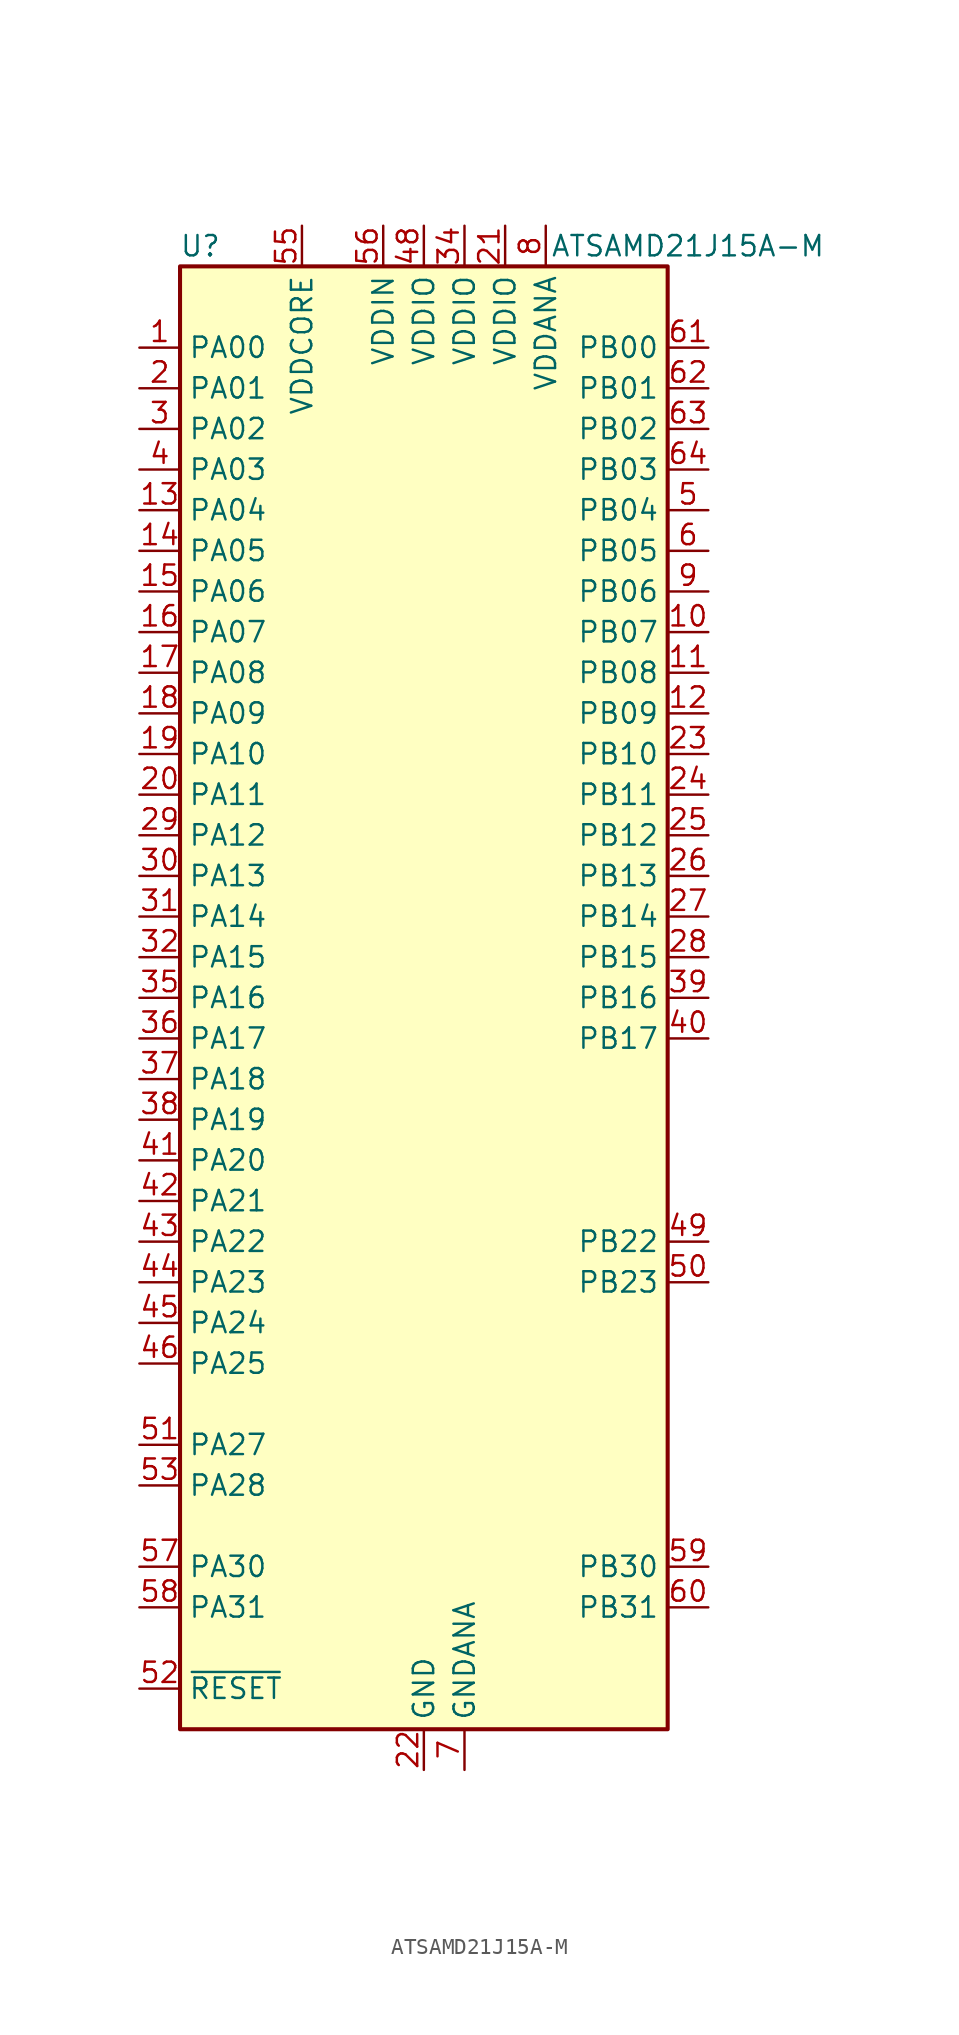
<source format=kicad_sym>
(kicad_symbol_lib
  (version 20201005)
  (generator kicad_symbol_editor)
  (symbol "ATSAMD21J15A-M"
    (property "Reference" "U"
      (at -13.97 46.99 0)
      (effects (font (size 1.27 1.27))))
    (property "Value" "ATSAMD21J15A-M"
      (at 16.51 46.99 0)
      (effects (font (size 1.27 1.27))))
    (symbol "ATSAMD21J15A-M_0_1"
      (rectangle (start -15.24 45.72) (end 15.24 -45.72) (stroke (width 0.254)) (fill (type background))))
    (symbol "ATSAMD21J15A-M_1_1"
      (pin bidirectional line (at -17.78 40.64 0) (length 2.54) (name "PA00" (effects (font (size 1.27 1.27)))) (number "1" (effects (font (size 1.27 1.27)))))
      (pin bidirectional line (at 17.78 22.86 180) (length 2.54) (name "PB07" (effects (font (size 1.27 1.27)))) (number "10" (effects (font (size 1.27 1.27)))))
      (pin bidirectional line (at 17.78 20.32 180) (length 2.54) (name "PB08" (effects (font (size 1.27 1.27)))) (number "11" (effects (font (size 1.27 1.27)))))
      (pin bidirectional line (at 17.78 17.78 180) (length 2.54) (name "PB09" (effects (font (size 1.27 1.27)))) (number "12" (effects (font (size 1.27 1.27)))))
      (pin bidirectional line (at -17.78 30.48 0) (length 2.54) (name "PA04" (effects (font (size 1.27 1.27)))) (number "13" (effects (font (size 1.27 1.27)))))
      (pin bidirectional line (at -17.78 27.94 0) (length 2.54) (name "PA05" (effects (font (size 1.27 1.27)))) (number "14" (effects (font (size 1.27 1.27)))))
      (pin bidirectional line (at -17.78 25.4 0) (length 2.54) (name "PA06" (effects (font (size 1.27 1.27)))) (number "15" (effects (font (size 1.27 1.27)))))
      (pin bidirectional line (at -17.78 22.86 0) (length 2.54) (name "PA07" (effects (font (size 1.27 1.27)))) (number "16" (effects (font (size 1.27 1.27)))))
      (pin bidirectional line (at -17.78 20.32 0) (length 2.54) (name "PA08" (effects (font (size 1.27 1.27)))) (number "17" (effects (font (size 1.27 1.27)))))
      (pin bidirectional line (at -17.78 17.78 0) (length 2.54) (name "PA09" (effects (font (size 1.27 1.27)))) (number "18" (effects (font (size 1.27 1.27)))))
      (pin bidirectional line (at -17.78 15.24 0) (length 2.54) (name "PA10" (effects (font (size 1.27 1.27)))) (number "19" (effects (font (size 1.27 1.27)))))
      (pin bidirectional line (at -17.78 38.1 0) (length 2.54) (name "PA01" (effects (font (size 1.27 1.27)))) (number "2" (effects (font (size 1.27 1.27)))))
      (pin bidirectional line (at -17.78 12.7 0) (length 2.54) (name "PA11" (effects (font (size 1.27 1.27)))) (number "20" (effects (font (size 1.27 1.27)))))
      (pin power_in line (at 5.08 48.26 270) (length 2.54) (name "VDDIO" (effects (font (size 1.27 1.27)))) (number "21" (effects (font (size 1.27 1.27)))))
      (pin power_in line (at 0 -48.26 90) (length 2.54) (name "GND" (effects (font (size 1.27 1.27)))) (number "22" (effects (font (size 1.27 1.27)))))
      (pin bidirectional line (at 17.78 15.24 180) (length 2.54) (name "PB10" (effects (font (size 1.27 1.27)))) (number "23" (effects (font (size 1.27 1.27)))))
      (pin bidirectional line (at 17.78 12.7 180) (length 2.54) (name "PB11" (effects (font (size 1.27 1.27)))) (number "24" (effects (font (size 1.27 1.27)))))
      (pin bidirectional line (at 17.78 10.16 180) (length 2.54) (name "PB12" (effects (font (size 1.27 1.27)))) (number "25" (effects (font (size 1.27 1.27)))))
      (pin bidirectional line (at 17.78 7.62 180) (length 2.54) (name "PB13" (effects (font (size 1.27 1.27)))) (number "26" (effects (font (size 1.27 1.27)))))
      (pin bidirectional line (at 17.78 5.08 180) (length 2.54) (name "PB14" (effects (font (size 1.27 1.27)))) (number "27" (effects (font (size 1.27 1.27)))))
      (pin bidirectional line (at 17.78 2.54 180) (length 2.54) (name "PB15" (effects (font (size 1.27 1.27)))) (number "28" (effects (font (size 1.27 1.27)))))
      (pin bidirectional line (at -17.78 10.16 0) (length 2.54) (name "PA12" (effects (font (size 1.27 1.27)))) (number "29" (effects (font (size 1.27 1.27)))))
      (pin bidirectional line (at -17.78 35.56 0) (length 2.54) (name "PA02" (effects (font (size 1.27 1.27)))) (number "3" (effects (font (size 1.27 1.27)))))
      (pin bidirectional line (at -17.78 7.62 0) (length 2.54) (name "PA13" (effects (font (size 1.27 1.27)))) (number "30" (effects (font (size 1.27 1.27)))))
      (pin bidirectional line (at -17.78 5.08 0) (length 2.54) (name "PA14" (effects (font (size 1.27 1.27)))) (number "31" (effects (font (size 1.27 1.27)))))
      (pin bidirectional line (at -17.78 2.54 0) (length 2.54) (name "PA15" (effects (font (size 1.27 1.27)))) (number "32" (effects (font (size 1.27 1.27)))))
      (pin passive line (at 0 -48.26 90) (length 2.54) hide (name "GND" (effects (font (size 1.27 1.27)))) (number "33" (effects (font (size 1.27 1.27)))))
      (pin power_in line (at 2.54 48.26 270) (length 2.54) (name "VDDIO" (effects (font (size 1.27 1.27)))) (number "34" (effects (font (size 1.27 1.27)))))
      (pin bidirectional line (at -17.78 0 0) (length 2.54) (name "PA16" (effects (font (size 1.27 1.27)))) (number "35" (effects (font (size 1.27 1.27)))))
      (pin bidirectional line (at -17.78 -2.54 0) (length 2.54) (name "PA17" (effects (font (size 1.27 1.27)))) (number "36" (effects (font (size 1.27 1.27)))))
      (pin bidirectional line (at -17.78 -5.08 0) (length 2.54) (name "PA18" (effects (font (size 1.27 1.27)))) (number "37" (effects (font (size 1.27 1.27)))))
      (pin bidirectional line (at -17.78 -7.62 0) (length 2.54) (name "PA19" (effects (font (size 1.27 1.27)))) (number "38" (effects (font (size 1.27 1.27)))))
      (pin bidirectional line (at 17.78 0 180) (length 2.54) (name "PB16" (effects (font (size 1.27 1.27)))) (number "39" (effects (font (size 1.27 1.27)))))
      (pin bidirectional line (at -17.78 33.02 0) (length 2.54) (name "PA03" (effects (font (size 1.27 1.27)))) (number "4" (effects (font (size 1.27 1.27)))))
      (pin bidirectional line (at 17.78 -2.54 180) (length 2.54) (name "PB17" (effects (font (size 1.27 1.27)))) (number "40" (effects (font (size 1.27 1.27)))))
      (pin bidirectional line (at -17.78 -10.16 0) (length 2.54) (name "PA20" (effects (font (size 1.27 1.27)))) (number "41" (effects (font (size 1.27 1.27)))))
      (pin bidirectional line (at -17.78 -12.7 0) (length 2.54) (name "PA21" (effects (font (size 1.27 1.27)))) (number "42" (effects (font (size 1.27 1.27)))))
      (pin bidirectional line (at -17.78 -15.24 0) (length 2.54) (name "PA22" (effects (font (size 1.27 1.27)))) (number "43" (effects (font (size 1.27 1.27)))))
      (pin bidirectional line (at -17.78 -17.78 0) (length 2.54) (name "PA23" (effects (font (size 1.27 1.27)))) (number "44" (effects (font (size 1.27 1.27)))))
      (pin bidirectional line (at -17.78 -20.32 0) (length 2.54) (name "PA24" (effects (font (size 1.27 1.27)))) (number "45" (effects (font (size 1.27 1.27)))))
      (pin bidirectional line (at -17.78 -22.86 0) (length 2.54) (name "PA25" (effects (font (size 1.27 1.27)))) (number "46" (effects (font (size 1.27 1.27)))))
      (pin passive line (at 0 -48.26 90) (length 2.54) hide (name "GND" (effects (font (size 1.27 1.27)))) (number "47" (effects (font (size 1.27 1.27)))))
      (pin power_in line (at 0 48.26 270) (length 2.54) (name "VDDIO" (effects (font (size 1.27 1.27)))) (number "48" (effects (font (size 1.27 1.27)))))
      (pin bidirectional line (at 17.78 -15.24 180) (length 2.54) (name "PB22" (effects (font (size 1.27 1.27)))) (number "49" (effects (font (size 1.27 1.27)))))
      (pin bidirectional line (at 17.78 30.48 180) (length 2.54) (name "PB04" (effects (font (size 1.27 1.27)))) (number "5" (effects (font (size 1.27 1.27)))))
      (pin bidirectional line (at 17.78 -17.78 180) (length 2.54) (name "PB23" (effects (font (size 1.27 1.27)))) (number "50" (effects (font (size 1.27 1.27)))))
      (pin bidirectional line (at -17.78 -27.94 0) (length 2.54) (name "PA27" (effects (font (size 1.27 1.27)))) (number "51" (effects (font (size 1.27 1.27)))))
      (pin input line (at -17.78 -43.18 0) (length 2.54) (name "~RESET" (effects (font (size 1.27 1.27)))) (number "52" (effects (font (size 1.27 1.27)))))
      (pin bidirectional line (at -17.78 -30.48 0) (length 2.54) (name "PA28" (effects (font (size 1.27 1.27)))) (number "53" (effects (font (size 1.27 1.27)))))
      (pin passive line (at 0 -48.26 90) (length 2.54) hide (name "GND" (effects (font (size 1.27 1.27)))) (number "54" (effects (font (size 1.27 1.27)))))
      (pin power_out line (at -7.62 48.26 270) (length 2.54) (name "VDDCORE" (effects (font (size 1.27 1.27)))) (number "55" (effects (font (size 1.27 1.27)))))
      (pin power_in line (at -2.54 48.26 270) (length 2.54) (name "VDDIN" (effects (font (size 1.27 1.27)))) (number "56" (effects (font (size 1.27 1.27)))))
      (pin bidirectional line (at -17.78 -35.56 0) (length 2.54) (name "PA30" (effects (font (size 1.27 1.27)))) (number "57" (effects (font (size 1.27 1.27)))))
      (pin bidirectional line (at -17.78 -38.1 0) (length 2.54) (name "PA31" (effects (font (size 1.27 1.27)))) (number "58" (effects (font (size 1.27 1.27)))))
      (pin bidirectional line (at 17.78 -35.56 180) (length 2.54) (name "PB30" (effects (font (size 1.27 1.27)))) (number "59" (effects (font (size 1.27 1.27)))))
      (pin bidirectional line (at 17.78 27.94 180) (length 2.54) (name "PB05" (effects (font (size 1.27 1.27)))) (number "6" (effects (font (size 1.27 1.27)))))
      (pin bidirectional line (at 17.78 -38.1 180) (length 2.54) (name "PB31" (effects (font (size 1.27 1.27)))) (number "60" (effects (font (size 1.27 1.27)))))
      (pin bidirectional line (at 17.78 40.64 180) (length 2.54) (name "PB00" (effects (font (size 1.27 1.27)))) (number "61" (effects (font (size 1.27 1.27)))))
      (pin bidirectional line (at 17.78 38.1 180) (length 2.54) (name "PB01" (effects (font (size 1.27 1.27)))) (number "62" (effects (font (size 1.27 1.27)))))
      (pin bidirectional line (at 17.78 35.56 180) (length 2.54) (name "PB02" (effects (font (size 1.27 1.27)))) (number "63" (effects (font (size 1.27 1.27)))))
      (pin bidirectional line (at 17.78 33.02 180) (length 2.54) (name "PB03" (effects (font (size 1.27 1.27)))) (number "64" (effects (font (size 1.27 1.27)))))
      (pin no_connect line (at 15.24 -43.18 180) (length 2.54) hide (name "EP" (effects (font (size 1.27 1.27)))) (number "65" (effects (font (size 1.27 1.27)))))
      (pin power_in line (at 2.54 -48.26 90) (length 2.54) (name "GNDANA" (effects (font (size 1.27 1.27)))) (number "7" (effects (font (size 1.27 1.27)))))
      (pin power_in line (at 7.62 48.26 270) (length 2.54) (name "VDDANA" (effects (font (size 1.27 1.27)))) (number "8" (effects (font (size 1.27 1.27)))))
      (pin bidirectional line (at 17.78 25.4 180) (length 2.54) (name "PB06" (effects (font (size 1.27 1.27)))) (number "9" (effects (font (size 1.27 1.27))))))))
</source>
